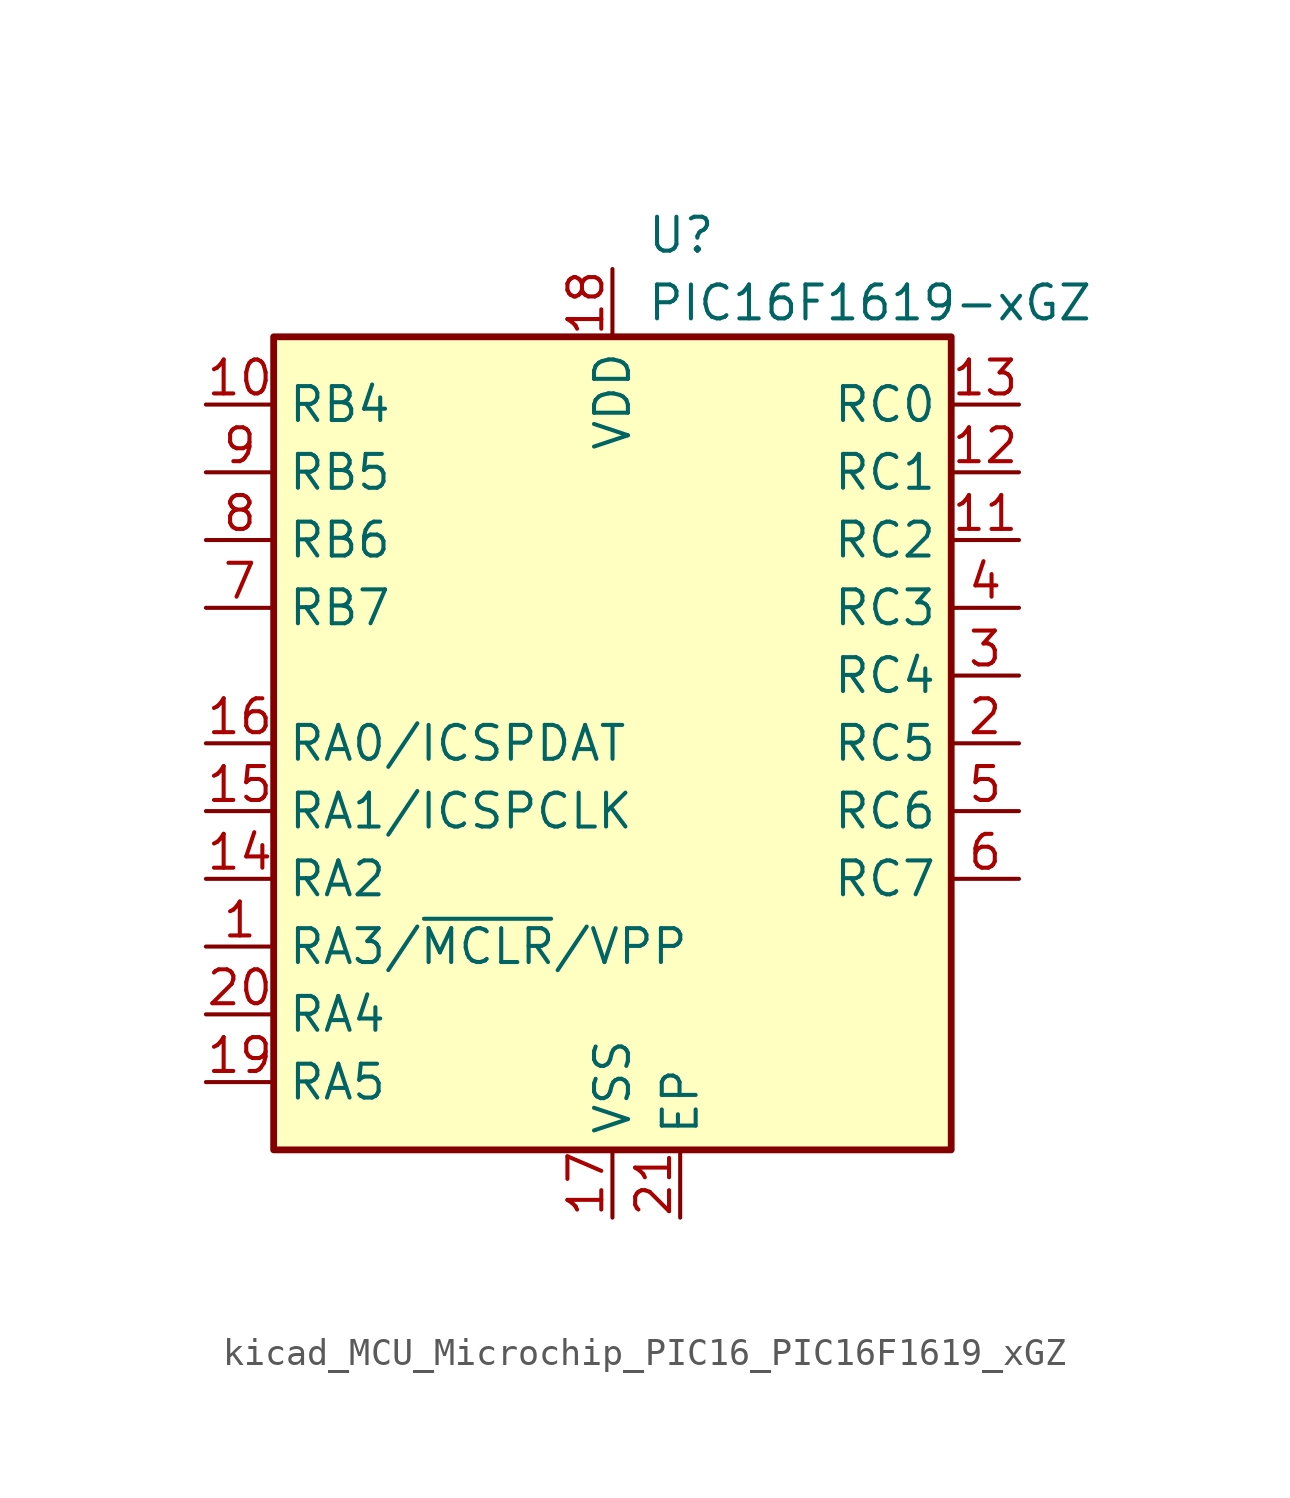
<source format=kicad_sym>
(kicad_symbol_lib
  (version 20220914)
  (generator kicad_symbol_editor)
  (symbol "kicad_MCU_Microchip_PIC16_PIC16F1619_xGZ"
    (property "Reference" "U"
      (at 1.27 19.05 0)
      (effects (font (size 1.27 1.27)) (justify left)))
    (property "Value" "PIC16F1619-xGZ"
      (at 1.27 16.51 0)
      (effects (font (size 1.27 1.27)) (justify left)))
    (symbol "kicad_MCU_Microchip_PIC16_PIC16F1619_xGZ_0_0"
      (pin passive line (at 2.54 -17.78 90) (length 2.54) (name "EP" (effects (font (size 1.27 1.27)))) (number "21" (effects (font (size 1.27 1.27))))))
    (symbol "kicad_MCU_Microchip_PIC16_PIC16F1619_xGZ_0_1"
      (rectangle (start -12.7 15.24) (end 12.7 -15.24) (stroke (width 0.254) (type default)) (fill (type background))))
    (symbol "kicad_MCU_Microchip_PIC16_PIC16F1619_xGZ_1_1"
      (pin bidirectional line (at -15.24 -7.62 0) (length 2.54) (name "RA3/~{MCLR}/VPP" (effects (font (size 1.27 1.27)))) (number "1" (effects (font (size 1.27 1.27)))))
      (pin bidirectional line (at -15.24 12.7 0) (length 2.54) (name "RB4" (effects (font (size 1.27 1.27)))) (number "10" (effects (font (size 1.27 1.27)))))
      (pin bidirectional line (at 15.24 7.62 180) (length 2.54) (name "RC2" (effects (font (size 1.27 1.27)))) (number "11" (effects (font (size 1.27 1.27)))))
      (pin bidirectional line (at 15.24 10.16 180) (length 2.54) (name "RC1" (effects (font (size 1.27 1.27)))) (number "12" (effects (font (size 1.27 1.27)))))
      (pin bidirectional line (at 15.24 12.7 180) (length 2.54) (name "RC0" (effects (font (size 1.27 1.27)))) (number "13" (effects (font (size 1.27 1.27)))))
      (pin bidirectional line (at -15.24 -5.08 0) (length 2.54) (name "RA2" (effects (font (size 1.27 1.27)))) (number "14" (effects (font (size 1.27 1.27)))))
      (pin bidirectional line (at -15.24 -2.54 0) (length 2.54) (name "RA1/ICSPCLK" (effects (font (size 1.27 1.27)))) (number "15" (effects (font (size 1.27 1.27)))))
      (pin bidirectional line (at -15.24 0 0) (length 2.54) (name "RA0/ICSPDAT" (effects (font (size 1.27 1.27)))) (number "16" (effects (font (size 1.27 1.27)))))
      (pin power_in line (at 0 -17.78 90) (length 2.54) (name "VSS" (effects (font (size 1.27 1.27)))) (number "17" (effects (font (size 1.27 1.27)))))
      (pin power_in line (at 0 17.78 270) (length 2.54) (name "VDD" (effects (font (size 1.27 1.27)))) (number "18" (effects (font (size 1.27 1.27)))))
      (pin bidirectional line (at -15.24 -12.7 0) (length 2.54) (name "RA5" (effects (font (size 1.27 1.27)))) (number "19" (effects (font (size 1.27 1.27)))))
      (pin bidirectional line (at 15.24 0 180) (length 2.54) (name "RC5" (effects (font (size 1.27 1.27)))) (number "2" (effects (font (size 1.27 1.27)))))
      (pin bidirectional line (at -15.24 -10.16 0) (length 2.54) (name "RA4" (effects (font (size 1.27 1.27)))) (number "20" (effects (font (size 1.27 1.27)))))
      (pin bidirectional line (at 15.24 2.54 180) (length 2.54) (name "RC4" (effects (font (size 1.27 1.27)))) (number "3" (effects (font (size 1.27 1.27)))))
      (pin bidirectional line (at 15.24 5.08 180) (length 2.54) (name "RC3" (effects (font (size 1.27 1.27)))) (number "4" (effects (font (size 1.27 1.27)))))
      (pin bidirectional line (at 15.24 -2.54 180) (length 2.54) (name "RC6" (effects (font (size 1.27 1.27)))) (number "5" (effects (font (size 1.27 1.27)))))
      (pin bidirectional line (at 15.24 -5.08 180) (length 2.54) (name "RC7" (effects (font (size 1.27 1.27)))) (number "6" (effects (font (size 1.27 1.27)))))
      (pin bidirectional line (at -15.24 5.08 0) (length 2.54) (name "RB7" (effects (font (size 1.27 1.27)))) (number "7" (effects (font (size 1.27 1.27)))))
      (pin bidirectional line (at -15.24 7.62 0) (length 2.54) (name "RB6" (effects (font (size 1.27 1.27)))) (number "8" (effects (font (size 1.27 1.27)))))
      (pin bidirectional line (at -15.24 10.16 0) (length 2.54) (name "RB5" (effects (font (size 1.27 1.27)))) (number "9" (effects (font (size 1.27 1.27))))))))
</source>
